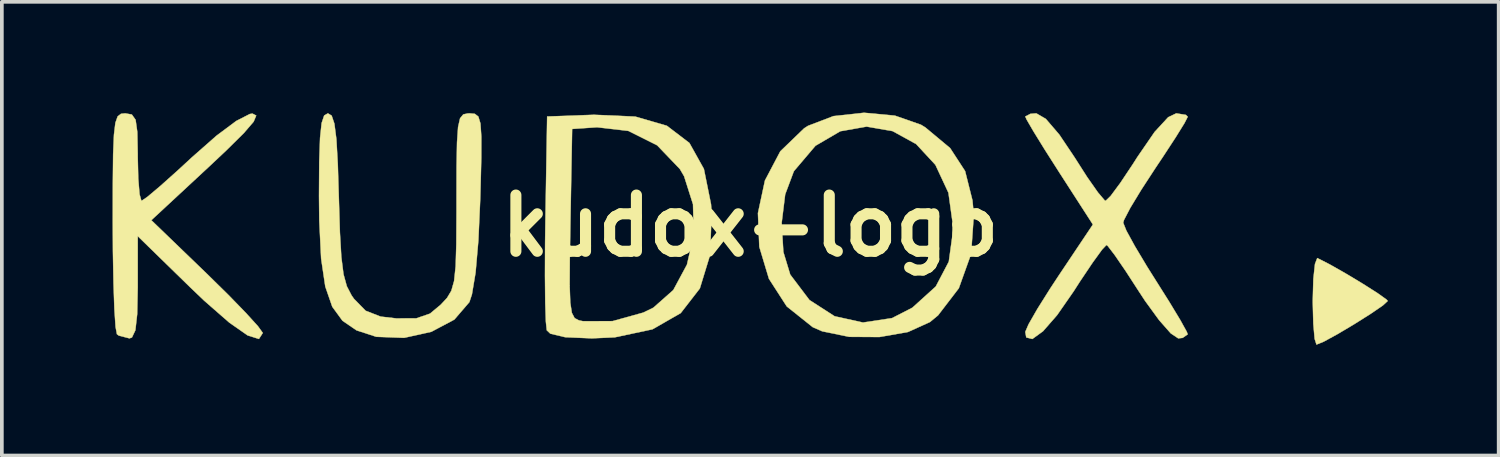
<source format=kicad_pcb>
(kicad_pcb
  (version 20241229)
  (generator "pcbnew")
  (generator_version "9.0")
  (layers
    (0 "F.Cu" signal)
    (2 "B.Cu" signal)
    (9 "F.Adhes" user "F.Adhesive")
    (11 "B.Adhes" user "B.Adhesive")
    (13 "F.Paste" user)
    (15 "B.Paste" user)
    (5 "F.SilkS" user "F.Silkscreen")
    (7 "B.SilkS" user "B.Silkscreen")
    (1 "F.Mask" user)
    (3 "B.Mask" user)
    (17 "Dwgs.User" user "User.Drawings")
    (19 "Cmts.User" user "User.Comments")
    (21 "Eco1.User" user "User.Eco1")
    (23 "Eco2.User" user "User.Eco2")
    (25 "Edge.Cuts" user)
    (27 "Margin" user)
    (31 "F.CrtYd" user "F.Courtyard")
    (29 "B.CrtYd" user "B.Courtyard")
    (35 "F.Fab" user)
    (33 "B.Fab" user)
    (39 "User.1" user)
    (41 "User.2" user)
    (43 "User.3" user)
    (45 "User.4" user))
  (footprint "kudox-logo"
    (layer "F.Cu")
    (at 17.277 3.069)
    (property "Reference" "kudox-logo" (at 0 0 0) (layer "F.SilkS") (effects (font (size 1.524 1.524) (thickness 0.3))))
    (attr through_hole)
    (fp_poly (pts (xy 15.368 0.875) (xy 15.692 1.04) (xy 16.134 1.291) (xy 16.601 1.572) (xy 17 1.826) (xy 17.24 1.998) (xy 17.272 2.035) (xy 17.14 2.156) (xy 16.806 2.385) (xy 16.365 2.663) (xy 15.911 2.933) (xy 15.538 3.137) (xy 15.341 3.217) (xy 15.291 3.062) (xy 15.255 2.654) (xy 15.24 2.077) (xy 15.24 2.018) (xy 15.256 1.44) (xy 15.3 1.032) (xy 15.361 0.874) (xy 15.368 0.875)) (stroke (width 0.01) (type solid)) (fill yes) (layer "F.SilkS"))
    (fp_poly (pts (xy -3.115 -2.96) (xy -2.26 -2.712) (xy -1.648 -2.245) (xy -1.256 -1.542) (xy -1.063 -0.586) (xy -1.046 -0.356) (xy -1.089 0.792) (xy -1.366 1.696) (xy -1.884 2.364) (xy -2.65 2.803) (xy -3.67 3.02) (xy -4.292 3.048) (xy -5.014 3.017) (xy -5.417 2.921) (xy -5.513 2.83) (xy -5.538 2.594) (xy -5.555 2.081) (xy -5.559 1.622) (xy -4.893 1.622) (xy -4.876 2.081) (xy -4.834 2.356) (xy -4.759 2.499) (xy -4.644 2.56) (xy -4.534 2.583) (xy -3.733 2.582) (xy -2.898 2.35) (xy -2.625 2.217) (xy -2.085 1.739) (xy -1.715 1.051) (xy -1.531 0.245) (xy -1.551 -0.584) (xy -1.793 -1.345) (xy -1.908 -1.541) (xy -2.523 -2.182) (xy -3.305 -2.573) (xy -4.149 -2.671) (xy -4.826 -2.625) (xy -4.873 -0.055) (xy -4.889 0.927) (xy -4.893 1.622) (xy -5.559 1.622) (xy -5.562 1.353) (xy -5.559 0.473) (xy -5.55 -0.176) (xy -5.503 -2.963) (xy -4.233 -3.009) (xy -3.115 -2.96)) (stroke (width 0.01) (type solid)) (fill yes) (layer "F.SilkS"))
    (fp_poly (pts (xy 3.919 -2.986) (xy 4.624 -2.74) (xy 4.743 -2.667) (xy 5.414 -2.108) (xy 5.821 -1.483) (xy 6.021 -0.687) (xy 6.057 -0.295) (xy 5.983 0.763) (xy 5.651 1.69) (xy 5.087 2.426) (xy 4.867 2.607) (xy 4.273 2.876) (xy 3.499 3.012) (xy 2.68 3.007) (xy 1.949 2.857) (xy 1.693 2.745) (xy 0.989 2.183) (xy 0.506 1.434) (xy 0.245 0.568) (xy 0.219 -0.073) (xy 0.85 -0.073) (xy 0.897 0.708) (xy 1.083 1.321) (xy 1.604 2.01) (xy 2.285 2.449) (xy 3.054 2.619) (xy 3.841 2.5) (xy 4.392 2.217) (xy 5.026 1.643) (xy 5.379 0.971) (xy 5.497 0.112) (xy 5.498 0.033) (xy 5.369 -0.897) (xy 5.016 -1.653) (xy 4.494 -2.216) (xy 3.855 -2.567) (xy 3.153 -2.689) (xy 2.439 -2.563) (xy 1.767 -2.17) (xy 1.19 -1.491) (xy 1.178 -1.472) (xy 0.946 -0.852) (xy 0.85 -0.073) (xy 0.219 -0.073) (xy 0.208 -0.344) (xy 0.398 -1.23) (xy 0.814 -2.02) (xy 1.459 -2.642) (xy 1.565 -2.71) (xy 2.253 -2.973) (xy 3.083 -3.064) (xy 3.919 -2.986)) (stroke (width 0.01) (type solid)) (fill yes) (layer "F.SilkS"))
    (fp_poly (pts (xy -16.755 -3.016) (xy -16.653 -2.872) (xy -16.607 -2.543) (xy -16.595 -1.957) (xy -16.595 -1.863) (xy -16.581 -1.278) (xy -16.546 -0.855) (xy -16.496 -0.678) (xy -16.492 -0.677) (xy -16.333 -0.786) (xy -15.985 -1.079) (xy -15.506 -1.507) (xy -15.12 -1.863) (xy -14.461 -2.443) (xy -13.926 -2.842) (xy -13.559 -3.03) (xy -13.487 -3.041) (xy -13.385 -2.989) (xy -13.455 -2.822) (xy -13.722 -2.512) (xy -14.209 -2.031) (xy -14.675 -1.593) (xy -16.227 -0.153) (xy -14.717 1.303) (xy -14.14 1.87) (xy -13.665 2.359) (xy -13.339 2.718) (xy -13.209 2.898) (xy -13.208 2.903) (xy -13.312 3.064) (xy -13.618 2.968) (xy -14.115 2.621) (xy -14.793 2.029) (xy -15.176 1.663) (xy -16.595 0.279) (xy -16.595 1.663) (xy -16.61 2.39) (xy -16.659 2.827) (xy -16.752 3.024) (xy -16.82 3.048) (xy -17.108 2.973) (xy -17.159 2.935) (xy -17.196 2.737) (xy -17.228 2.257) (xy -17.252 1.553) (xy -17.268 0.682) (xy -17.272 -0.113) (xy -17.27 -1.173) (xy -17.262 -1.942) (xy -17.24 -2.466) (xy -17.201 -2.791) (xy -17.139 -2.966) (xy -17.048 -3.036) (xy -16.933 -3.048) (xy -16.755 -3.016)) (stroke (width 0.01) (type solid)) (fill yes) (layer "F.SilkS"))
    (fp_poly (pts (xy -11.341 -2.986) (xy -11.267 -2.767) (xy -11.213 -2.347) (xy -11.175 -1.678) (xy -11.147 -0.774) (xy -11.118 0.173) (xy -11.079 0.846) (xy -11.02 1.311) (xy -10.931 1.635) (xy -10.803 1.882) (xy -10.736 1.978) (xy -10.421 2.3) (xy -10.015 2.458) (xy -9.594 2.507) (xy -9.047 2.505) (xy -8.677 2.378) (xy -8.384 2.134) (xy -8.215 1.952) (xy -8.099 1.759) (xy -8.024 1.494) (xy -7.982 1.093) (xy -7.964 0.497) (xy -7.959 -0.359) (xy -7.959 -0.67) (xy -7.957 -1.609) (xy -7.945 -2.261) (xy -7.916 -2.679) (xy -7.862 -2.915) (xy -7.775 -3.02) (xy -7.648 -3.047) (xy -7.604 -3.048) (xy -7.463 -3.035) (xy -7.367 -2.961) (xy -7.31 -2.773) (xy -7.286 -2.418) (xy -7.287 -1.845) (xy -7.308 -0.999) (xy -7.316 -0.72) (xy -7.366 0.395) (xy -7.442 1.266) (xy -7.541 1.858) (xy -7.61 2.066) (xy -8.017 2.539) (xy -8.64 2.87) (xy -9.379 3.034) (xy -10.132 3.006) (xy -10.668 2.831) (xy -11.048 2.571) (xy -11.325 2.191) (xy -11.514 1.645) (xy -11.627 0.885) (xy -11.677 -0.138) (xy -11.684 -0.804) (xy -11.678 -1.739) (xy -11.656 -2.383) (xy -11.613 -2.784) (xy -11.544 -2.99) (xy -11.443 -3.048) (xy -11.443 -3.048) (xy -11.341 -2.986)) (stroke (width 0.01) (type solid)) (fill yes) (layer "F.SilkS"))
    (fp_poly (pts (xy 11.802 -3.006) (xy 11.853 -2.956) (xy 11.765 -2.784) (xy 11.527 -2.4) (xy 11.182 -1.872) (xy 10.978 -1.567) (xy 10.594 -0.978) (xy 10.295 -0.485) (xy 10.126 -0.16) (xy 10.104 -0.085) (xy 10.19 0.13) (xy 10.423 0.555) (xy 10.76 1.118) (xy 10.978 1.464) (xy 11.355 2.062) (xy 11.651 2.552) (xy 11.824 2.865) (xy 11.853 2.938) (xy 11.715 3.035) (xy 11.595 3.048) (xy 11.393 2.913) (xy 11.076 2.553) (xy 10.698 2.034) (xy 10.536 1.787) (xy 10.171 1.224) (xy 9.872 0.788) (xy 9.686 0.546) (xy 9.652 0.517) (xy 9.53 0.646) (xy 9.274 0.999) (xy 8.931 1.51) (xy 8.759 1.778) (xy 8.314 2.418) (xy 7.932 2.855) (xy 7.643 3.065) (xy 7.478 3.023) (xy 7.451 2.874) (xy 7.54 2.667) (xy 7.779 2.25) (xy 8.128 1.695) (xy 8.367 1.332) (xy 9.283 -0.036) (xy 8.367 -1.456) (xy 7.98 -2.063) (xy 7.674 -2.559) (xy 7.488 -2.879) (xy 7.451 -2.962) (xy 7.591 -3.035) (xy 7.75 -3.048) (xy 8.008 -2.898) (xy 8.374 -2.471) (xy 8.782 -1.863) (xy 9.131 -1.317) (xy 9.421 -0.904) (xy 9.601 -0.692) (xy 9.628 -0.677) (xy 9.765 -0.811) (xy 10.028 -1.166) (xy 10.368 -1.676) (xy 10.487 -1.863) (xy 10.955 -2.544) (xy 11.323 -2.943) (xy 11.542 -3.048) (xy 11.802 -3.006)) (stroke (width 0.01) (type solid)) (fill yes) (layer "F.SilkS")))
  (gr_rect
    (start -3 -3)
    (end 37.554 9.292)
    (stroke (width 0.1) (type default))
    (fill no)
    (layer "Edge.Cuts")))
</source>
